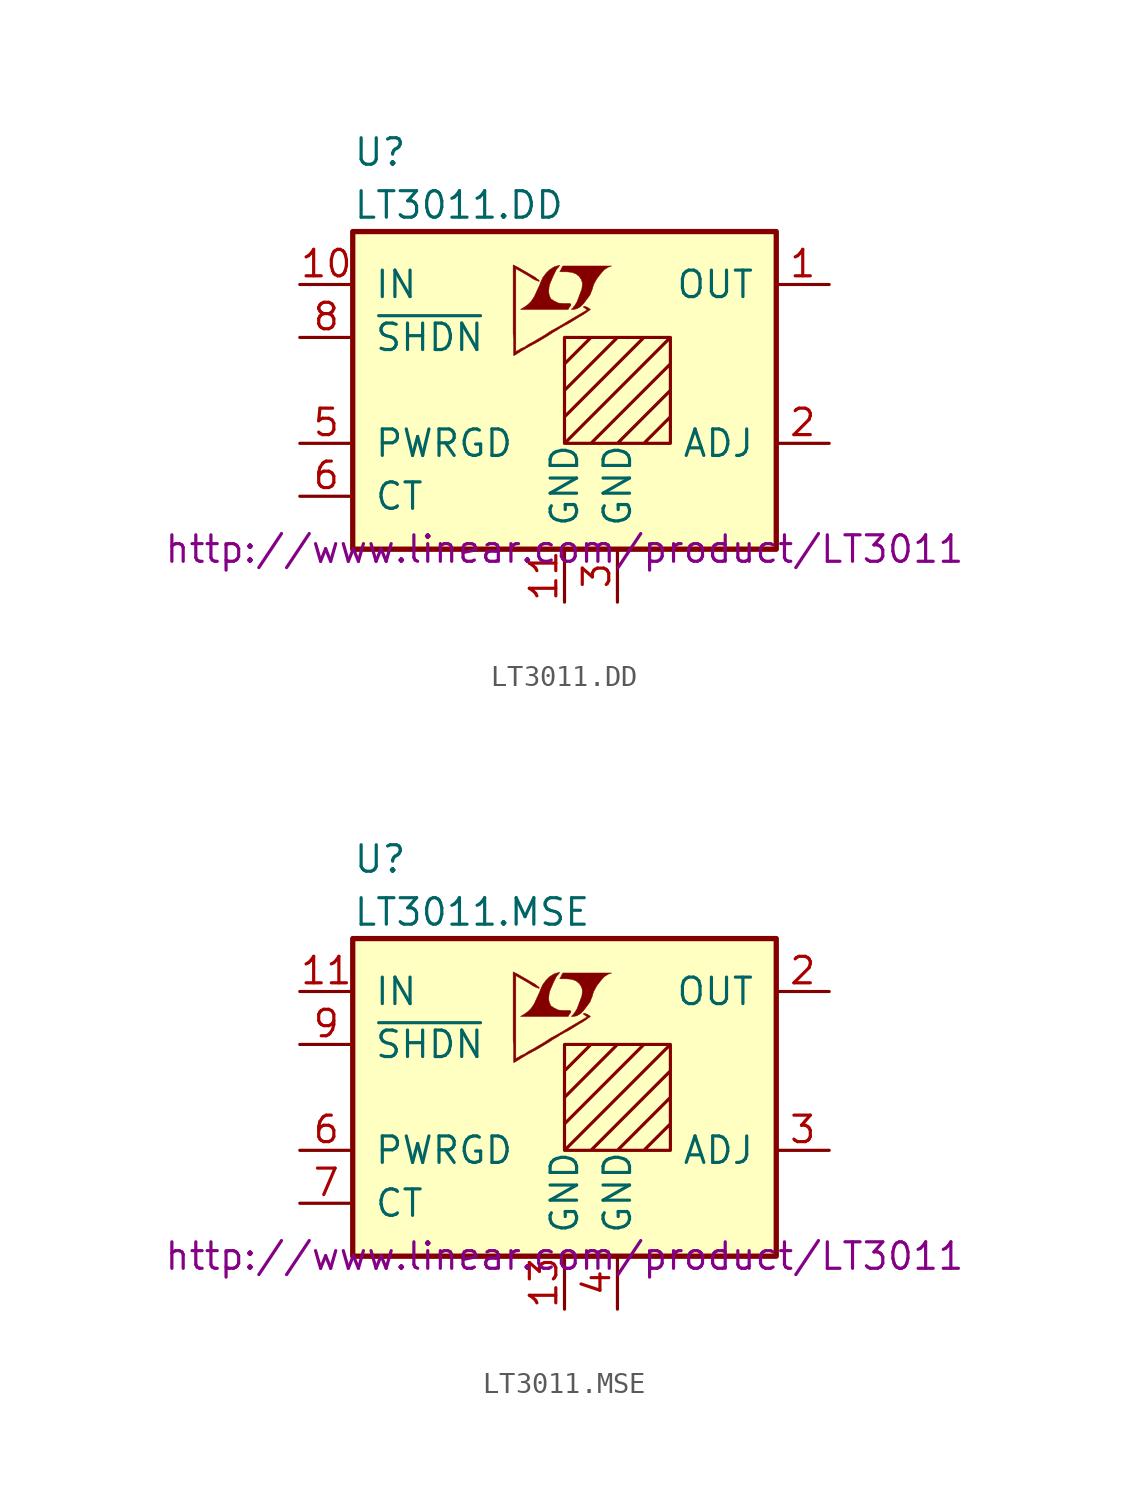
<source format=kicad_sym>
(kicad_symbol_lib
  (version 20201005)
  (generator kicad_symbol_editor)
  (symbol "LT3011.DD"
    (pin_names
      (offset 1.016))
    (property "Reference" "U"
      (at -10.16 11.43 0)
      (effects (font (size 1.27 1.27)) (justify left)))
    (property "Value" "LT3011.DD"
      (at -10.16 8.89 0)
      (effects (font (size 1.27 1.27)) (justify left)))
    (property "Datasheet" "http://www.linear.com/product/LT3011"
      (at 0 -7.62 0)
      (effects (font (size 1.27 1.27))))
    (symbol "LT3011.DD_0_0"
      (polyline (pts (xy 0.584 3.912) (xy 0.762 4.013) (xy 0.914 4.166) (xy 1.219 4.572) (xy 1.321 4.826) (xy 1.397 5.08) (xy 1.549 5.359) (xy 1.727 5.588) (xy 1.905 5.791) (xy 2.108 5.918) (xy 2.261 5.969) (xy -0.076 5.969) (xy -0.152 5.842) (xy -0.152 5.817) (xy -0.203 5.74) (xy -0.229 5.715) (xy -0.178 5.69) (xy 0.102 5.69) (xy 0.356 5.664) (xy 0.559 5.588) (xy 0.711 5.461) (xy 0.813 5.309) (xy 0.864 5.131) (xy 0.838 4.902) (xy 0.838 4.877) (xy 0.61 4.267) (xy 0.508 4.089) (xy 0.406 3.962) (xy 0.33 3.886) (xy 0.432 3.886) (xy 0.584 3.912)) (stroke (width 0.025)) (fill (type outline)))
      (polyline (pts (xy 0.229 3.988) (xy 0.254 4.013) (xy 0.305 4.089) (xy 0.305 4.14) (xy 0.254 4.166) (xy -0.051 4.166) (xy -0.305 4.191) (xy -0.508 4.293) (xy -0.66 4.394) (xy -0.737 4.572) (xy -0.762 4.75) (xy -0.737 4.978) (xy -0.737 5.004) (xy -0.686 5.156) (xy -0.533 5.512) (xy -0.381 5.817) (xy -0.305 5.893) (xy -0.229 5.994) (xy -0.356 5.969) (xy -0.508 5.918) (xy -0.711 5.791) (xy -0.889 5.613) (xy -1.041 5.41) (xy -1.168 5.131) (xy -1.168 5.105) (xy -1.321 4.775) (xy -1.448 4.496) (xy -1.6 4.267) (xy -1.753 4.115) (xy -1.93 3.988) (xy -2.108 3.886) (xy 0.178 3.886) (xy 0.229 3.988)) (stroke (width 0.025)) (fill (type outline)))
      (polyline (pts (xy -2.362 1.702) (xy -2.286 1.753) (xy -2.159 1.829) (xy -2.083 1.88) (xy -1.829 2.032) (xy -1.27 2.337) (xy -0.762 2.642) (xy -0.533 2.794) (xy -0.356 2.896) (xy -0.203 2.997) (xy -0.102 3.048) (xy -0.025 3.099) (xy 0.127 3.175) (xy 0.305 3.277) (xy 0.711 3.531) (xy 0.889 3.632) (xy 1.041 3.734) (xy 1.143 3.81) (xy 1.219 3.861) (xy 1.245 3.886) (xy 1.092 3.988) (xy 0.94 4.039) (xy 0.914 4.013) (xy 0.914 3.988) (xy 0.991 3.937) (xy 1.092 3.861) (xy 0.178 3.327) (xy -0.025 3.2) (xy -0.33 3.023) (xy -0.66 2.845) (xy -0.965 2.642) (xy -1.27 2.464) (xy -1.524 2.311) (xy -1.727 2.21) (xy -1.905 2.083) (xy -2.083 2.007) (xy -2.21 1.93) (xy -2.311 1.88) (xy -2.337 1.854) (xy -2.337 5.842) (xy -1.803 5.537) (xy -1.676 5.461) (xy -1.524 5.359) (xy -1.372 5.283) (xy -1.295 5.258) (xy -1.245 5.232) (xy -1.219 5.232) (xy -1.219 5.283) (xy -1.295 5.334) (xy -1.422 5.436) (xy -1.6 5.537) (xy -1.727 5.613) (xy -2.083 5.817) (xy -2.21 5.893) (xy -2.464 6.02) (xy -2.464 2.743) (xy -2.438 2.438) (xy -2.438 1.676) (xy -2.413 1.676) (xy -2.362 1.702)) (stroke (width 0.025)) (fill (type outline))))
    (symbol "LT3011.DD_0_1"
      (rectangle (start -10.16 7.62) (end 10.16 -7.62) (stroke (width 0.254)) (fill (type background)))
      (polyline (pts (xy 0 1.27) (xy 1.27 2.54) (xy 2.54 2.54) (xy 0 0) (xy 0 -1.27) (xy 3.81 2.54) (xy 5.08 2.54) (xy 0 -2.54) (xy 1.27 -2.54) (xy 5.08 1.27) (xy 5.08 0) (xy 2.54 -2.54) (xy 3.81 -2.54) (xy 5.08 -1.27) (xy 5.08 -2.54) (xy 0 -2.54) (xy 0 2.54) (xy 5.08 2.54) (xy 5.08 -2.54)) (stroke (width 0)) (fill (type none))))
    (symbol "LT3011.DD_1_1"
      (pin power_out line (at 12.7 5.08 180) (length 2.54) (name "OUT" (effects (font (size 1.27 1.27)))) (number "1" (effects (font (size 1.27 1.27)))))
      (pin power_in line (at -12.7 5.08 0) (length 2.54) (name "IN" (effects (font (size 1.27 1.27)))) (number "10" (effects (font (size 1.27 1.27)))))
      (pin power_in line (at 0 -10.16 90) (length 2.54) (name "GND" (effects (font (size 1.27 1.27)))) (number "11" (effects (font (size 1.27 1.27)))))
      (pin passive line (at 12.7 -2.54 180) (length 2.54) (name "ADJ" (effects (font (size 1.27 1.27)))) (number "2" (effects (font (size 1.27 1.27)))))
      (pin power_in line (at 2.54 -10.16 90) (length 2.54) (name "GND" (effects (font (size 1.27 1.27)))) (number "3" (effects (font (size 1.27 1.27)))))
      (pin unconnected line (at 12.7 2.54 180) (length 2.54) hide (name "NC" (effects (font (size 1.27 1.27)))) (number "4" (effects (font (size 1.27 1.27)))))
      (pin open_collector line (at -12.7 -2.54 0) (length 2.54) (name "PWRGD" (effects (font (size 1.27 1.27)))) (number "5" (effects (font (size 1.27 1.27)))))
      (pin passive line (at -12.7 -5.08 0) (length 2.54) (name "CT" (effects (font (size 1.27 1.27)))) (number "6" (effects (font (size 1.27 1.27)))))
      (pin unconnected line (at 12.7 0 180) (length 2.54) hide (name "NC" (effects (font (size 1.27 1.27)))) (number "7" (effects (font (size 1.27 1.27)))))
      (pin input line (at -12.7 2.54 0) (length 2.54) (name "~SHDN~" (effects (font (size 1.27 1.27)))) (number "8" (effects (font (size 1.27 1.27)))))
      (pin unconnected line (at 12.7 -5.08 180) (length 2.54) hide (name "NC" (effects (font (size 1.27 1.27)))) (number "9" (effects (font (size 1.27 1.27)))))))
  (symbol "LT3011.MSE"
    (pin_names
      (offset 1.016))
    (property "Reference" "U"
      (at -10.16 11.43 0)
      (effects (font (size 1.27 1.27)) (justify left)))
    (property "Value" "LT3011.MSE"
      (at -10.16 8.89 0)
      (effects (font (size 1.27 1.27)) (justify left)))
    (property "Datasheet" "http://www.linear.com/product/LT3011"
      (at 0 -7.62 0)
      (effects (font (size 1.27 1.27))))
    (symbol "LT3011.MSE_0_0"
      (polyline (pts (xy 0.584 3.912) (xy 0.762 4.013) (xy 0.914 4.166) (xy 1.219 4.572) (xy 1.321 4.826) (xy 1.397 5.08) (xy 1.549 5.359) (xy 1.727 5.588) (xy 1.905 5.791) (xy 2.108 5.918) (xy 2.261 5.969) (xy -0.076 5.969) (xy -0.152 5.842) (xy -0.152 5.817) (xy -0.203 5.74) (xy -0.229 5.715) (xy -0.178 5.69) (xy 0.102 5.69) (xy 0.356 5.664) (xy 0.559 5.588) (xy 0.711 5.461) (xy 0.813 5.309) (xy 0.864 5.131) (xy 0.838 4.902) (xy 0.838 4.877) (xy 0.61 4.267) (xy 0.508 4.089) (xy 0.406 3.962) (xy 0.33 3.886) (xy 0.432 3.886) (xy 0.584 3.912)) (stroke (width 0.025)) (fill (type outline)))
      (polyline (pts (xy 0.229 3.988) (xy 0.254 4.013) (xy 0.305 4.089) (xy 0.305 4.14) (xy 0.254 4.166) (xy -0.051 4.166) (xy -0.305 4.191) (xy -0.508 4.293) (xy -0.66 4.394) (xy -0.737 4.572) (xy -0.762 4.75) (xy -0.737 4.978) (xy -0.737 5.004) (xy -0.686 5.156) (xy -0.533 5.512) (xy -0.381 5.817) (xy -0.305 5.893) (xy -0.229 5.994) (xy -0.356 5.969) (xy -0.508 5.918) (xy -0.711 5.791) (xy -0.889 5.613) (xy -1.041 5.41) (xy -1.168 5.131) (xy -1.168 5.105) (xy -1.321 4.775) (xy -1.448 4.496) (xy -1.6 4.267) (xy -1.753 4.115) (xy -1.93 3.988) (xy -2.108 3.886) (xy 0.178 3.886) (xy 0.229 3.988)) (stroke (width 0.025)) (fill (type outline)))
      (polyline (pts (xy -2.362 1.702) (xy -2.286 1.753) (xy -2.159 1.829) (xy -2.083 1.88) (xy -1.829 2.032) (xy -1.27 2.337) (xy -0.762 2.642) (xy -0.533 2.794) (xy -0.356 2.896) (xy -0.203 2.997) (xy -0.102 3.048) (xy -0.025 3.099) (xy 0.127 3.175) (xy 0.305 3.277) (xy 0.711 3.531) (xy 0.889 3.632) (xy 1.041 3.734) (xy 1.143 3.81) (xy 1.219 3.861) (xy 1.245 3.886) (xy 1.092 3.988) (xy 0.94 4.039) (xy 0.914 4.013) (xy 0.914 3.988) (xy 0.991 3.937) (xy 1.092 3.861) (xy 0.178 3.327) (xy -0.025 3.2) (xy -0.33 3.023) (xy -0.66 2.845) (xy -0.965 2.642) (xy -1.27 2.464) (xy -1.524 2.311) (xy -1.727 2.21) (xy -1.905 2.083) (xy -2.083 2.007) (xy -2.21 1.93) (xy -2.311 1.88) (xy -2.337 1.854) (xy -2.337 5.842) (xy -1.803 5.537) (xy -1.676 5.461) (xy -1.524 5.359) (xy -1.372 5.283) (xy -1.295 5.258) (xy -1.245 5.232) (xy -1.219 5.232) (xy -1.219 5.283) (xy -1.295 5.334) (xy -1.422 5.436) (xy -1.6 5.537) (xy -1.727 5.613) (xy -2.083 5.817) (xy -2.21 5.893) (xy -2.464 6.02) (xy -2.464 2.743) (xy -2.438 2.438) (xy -2.438 1.676) (xy -2.413 1.676) (xy -2.362 1.702)) (stroke (width 0.025)) (fill (type outline))))
    (symbol "LT3011.MSE_0_1"
      (rectangle (start -10.16 7.62) (end 10.16 -7.62) (stroke (width 0.254)) (fill (type background)))
      (polyline (pts (xy 0 1.27) (xy 1.27 2.54) (xy 2.54 2.54) (xy 0 0) (xy 0 -1.27) (xy 3.81 2.54) (xy 5.08 2.54) (xy 0 -2.54) (xy 1.27 -2.54) (xy 5.08 1.27) (xy 5.08 0) (xy 2.54 -2.54) (xy 3.81 -2.54) (xy 5.08 -1.27) (xy 5.08 -2.54) (xy 0 -2.54) (xy 0 2.54) (xy 5.08 2.54) (xy 5.08 -2.54)) (stroke (width 0)) (fill (type none))))
    (symbol "LT3011.MSE_1_1"
      (pin unconnected line (at -5.08 -10.16 90) (length 2.54) hide (name "NC" (effects (font (size 1.27 1.27)))) (number "1" (effects (font (size 1.27 1.27)))))
      (pin power_in line (at -12.7 5.08 0) (length 2.54) (name "IN" (effects (font (size 1.27 1.27)))) (number "11" (effects (font (size 1.27 1.27)))))
      (pin unconnected line (at -2.54 -10.16 90) (length 2.54) hide (name "NC" (effects (font (size 1.27 1.27)))) (number "12" (effects (font (size 1.27 1.27)))))
      (pin power_in line (at 0 -10.16 90) (length 2.54) (name "GND" (effects (font (size 1.27 1.27)))) (number "13" (effects (font (size 1.27 1.27)))))
      (pin power_out line (at 12.7 5.08 180) (length 2.54) (name "OUT" (effects (font (size 1.27 1.27)))) (number "2" (effects (font (size 1.27 1.27)))))
      (pin passive line (at 12.7 -2.54 180) (length 2.54) (name "ADJ" (effects (font (size 1.27 1.27)))) (number "3" (effects (font (size 1.27 1.27)))))
      (pin power_in line (at 2.54 -10.16 90) (length 2.54) (name "GND" (effects (font (size 1.27 1.27)))) (number "4" (effects (font (size 1.27 1.27)))))
      (pin unconnected line (at 12.7 2.54 180) (length 2.54) hide (name "NC" (effects (font (size 1.27 1.27)))) (number "4" (effects (font (size 1.27 1.27)))))
      (pin open_collector line (at -12.7 -2.54 0) (length 2.54) (name "PWRGD" (effects (font (size 1.27 1.27)))) (number "6" (effects (font (size 1.27 1.27)))))
      (pin passive line (at -12.7 -5.08 0) (length 2.54) (name "CT" (effects (font (size 1.27 1.27)))) (number "7" (effects (font (size 1.27 1.27)))))
      (pin unconnected line (at 12.7 0 180) (length 2.54) hide (name "NC" (effects (font (size 1.27 1.27)))) (number "7" (effects (font (size 1.27 1.27)))))
      (pin unconnected line (at 12.7 -5.08 180) (length 2.54) hide (name "NC" (effects (font (size 1.27 1.27)))) (number "9" (effects (font (size 1.27 1.27)))))
      (pin input line (at -12.7 2.54 0) (length 2.54) (name "~SHDN~" (effects (font (size 1.27 1.27)))) (number "9" (effects (font (size 1.27 1.27))))))))
</source>
